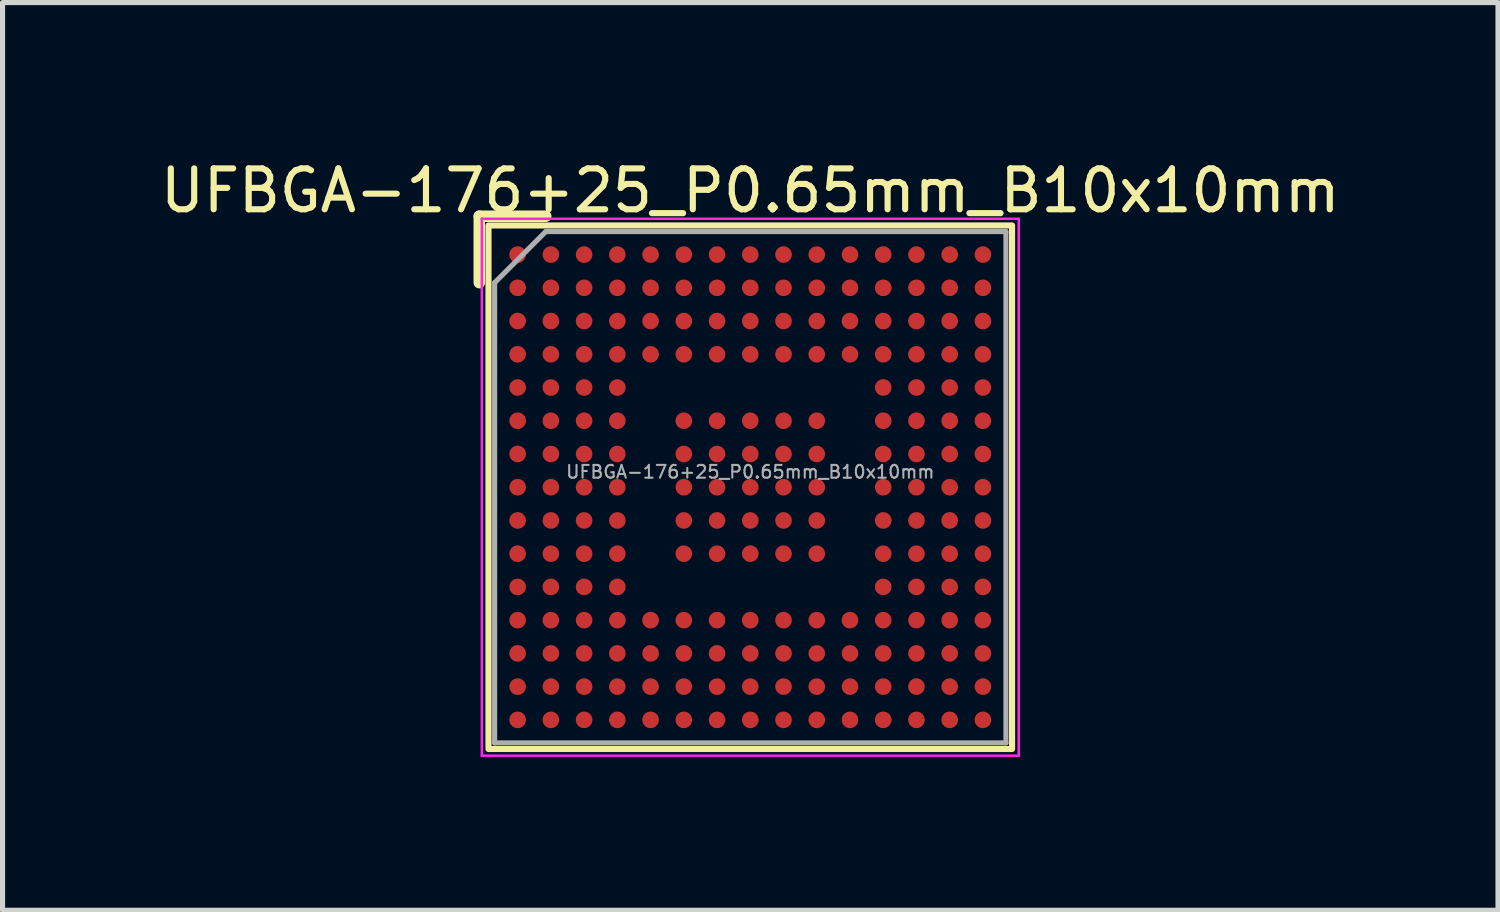
<source format=kicad_pcb>
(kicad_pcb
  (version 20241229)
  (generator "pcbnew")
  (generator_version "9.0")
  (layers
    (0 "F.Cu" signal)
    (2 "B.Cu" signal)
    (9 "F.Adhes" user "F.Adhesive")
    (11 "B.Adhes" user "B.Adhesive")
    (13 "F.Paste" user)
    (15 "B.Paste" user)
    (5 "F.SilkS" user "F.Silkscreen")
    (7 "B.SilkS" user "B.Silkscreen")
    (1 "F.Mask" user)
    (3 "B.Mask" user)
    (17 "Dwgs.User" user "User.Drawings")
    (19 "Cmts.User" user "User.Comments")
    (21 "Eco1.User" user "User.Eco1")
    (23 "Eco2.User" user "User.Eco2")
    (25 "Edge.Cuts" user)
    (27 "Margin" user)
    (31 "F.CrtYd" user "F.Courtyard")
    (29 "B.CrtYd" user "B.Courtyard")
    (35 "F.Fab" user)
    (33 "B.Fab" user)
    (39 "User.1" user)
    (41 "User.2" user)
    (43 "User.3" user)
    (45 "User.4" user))
  (footprint "UFBGA-176+25_P0.65mm_B10x10mm"
    (layer "F.Cu")
    (at 11.624 6.479)
    (property "Reference" "UFBGA-176+25_P0.65mm_B10x10mm" (at 0 -5.8 0) (layer "F.SilkS") (effects (font (size 0.8 0.8) (thickness 0.12))))
    (attr smd)
    (fp_line (start -5.3 -5.3) (end -4 -5.3) (stroke (width 0.225) (type default)) (layer "F.SilkS"))
    (fp_line (start -5.3 -4) (end -5.3 -5.3) (stroke (width 0.225) (type default)) (layer "F.SilkS"))
    (fp_rect (start -5.12 -5.12) (end 5.12 5.12) (stroke (width 0.12) (type default)) (fill no) (layer "F.SilkS"))
    (fp_line (start -5.25 -5.25) (end 5.25 -5.25) (stroke (width 0.05) (type default)) (layer "F.CrtYd"))
    (fp_line (start -5.25 5.25) (end -5.25 -5.25) (stroke (width 0.05) (type default)) (layer "F.CrtYd"))
    (fp_line (start 5.25 -5.25) (end 5.25 5.25) (stroke (width 0.05) (type default)) (layer "F.CrtYd"))
    (fp_line (start 5.25 5.25) (end -5.25 5.25) (stroke (width 0.05) (type default)) (layer "F.CrtYd"))
    (fp_line (start -5 -4) (end -5 5) (stroke (width 0.1) (type default)) (layer "F.Fab"))
    (fp_line (start -5 5) (end 5 5) (stroke (width 0.1) (type default)) (layer "F.Fab"))
    (fp_line (start -4 -5) (end -5 -4) (stroke (width 0.1) (type default)) (layer "F.Fab"))
    (fp_line (start 5 -5) (end -4 -5) (stroke (width 0.1) (type default)) (layer "F.Fab"))
    (fp_line (start 5 5) (end 5 -5) (stroke (width 0.1) (type default)) (layer "F.Fab"))
    (fp_text user "${REFERENCE}" (at 0 -0.3 0) (layer "F.Fab") (effects (font (size 0.25 0.25) (thickness 0.04))))
    (pad "A1" smd circle (at -4.55 -4.55) (size 0.325 0.325) (layers "F.Cu" "F.Mask" "F.Paste"))
    (pad "A2" smd circle (at -3.9 -4.55) (size 0.325 0.325) (layers "F.Cu" "F.Mask" "F.Paste"))
    (pad "A3" smd circle (at -3.25 -4.55) (size 0.325 0.325) (layers "F.Cu" "F.Mask" "F.Paste"))
    (pad "A4" smd circle (at -2.6 -4.55) (size 0.325 0.325) (layers "F.Cu" "F.Mask" "F.Paste"))
    (pad "A5" smd circle (at -1.95 -4.55) (size 0.325 0.325) (layers "F.Cu" "F.Mask" "F.Paste"))
    (pad "A6" smd circle (at -1.3 -4.55) (size 0.325 0.325) (layers "F.Cu" "F.Mask" "F.Paste"))
    (pad "A7" smd circle (at -0.65 -4.55) (size 0.325 0.325) (layers "F.Cu" "F.Mask" "F.Paste"))
    (pad "A8" smd circle (at 0 -4.55) (size 0.325 0.325) (layers "F.Cu" "F.Mask" "F.Paste"))
    (pad "A9" smd circle (at 0.65 -4.55) (size 0.325 0.325) (layers "F.Cu" "F.Mask" "F.Paste"))
    (pad "A10" smd circle (at 1.3 -4.55) (size 0.325 0.325) (layers "F.Cu" "F.Mask" "F.Paste"))
    (pad "A11" smd circle (at 1.95 -4.55) (size 0.325 0.325) (layers "F.Cu" "F.Mask" "F.Paste"))
    (pad "A12" smd circle (at 2.6 -4.55) (size 0.325 0.325) (layers "F.Cu" "F.Mask" "F.Paste"))
    (pad "A13" smd circle (at 3.25 -4.55) (size 0.325 0.325) (layers "F.Cu" "F.Mask" "F.Paste"))
    (pad "A14" smd circle (at 3.9 -4.55) (size 0.325 0.325) (layers "F.Cu" "F.Mask" "F.Paste"))
    (pad "A15" smd circle (at 4.55 -4.55) (size 0.325 0.325) (layers "F.Cu" "F.Mask" "F.Paste"))
    (pad "B1" smd circle (at -4.55 -3.9) (size 0.325 0.325) (layers "F.Cu" "F.Mask" "F.Paste"))
    (pad "B2" smd circle (at -3.9 -3.9) (size 0.325 0.325) (layers "F.Cu" "F.Mask" "F.Paste"))
    (pad "B3" smd circle (at -3.25 -3.9) (size 0.325 0.325) (layers "F.Cu" "F.Mask" "F.Paste"))
    (pad "B4" smd circle (at -2.6 -3.9) (size 0.325 0.325) (layers "F.Cu" "F.Mask" "F.Paste"))
    (pad "B5" smd circle (at -1.95 -3.9) (size 0.325 0.325) (layers "F.Cu" "F.Mask" "F.Paste"))
    (pad "B6" smd circle (at -1.3 -3.9) (size 0.325 0.325) (layers "F.Cu" "F.Mask" "F.Paste"))
    (pad "B7" smd circle (at -0.65 -3.9) (size 0.325 0.325) (layers "F.Cu" "F.Mask" "F.Paste"))
    (pad "B8" smd circle (at 0 -3.9) (size 0.325 0.325) (layers "F.Cu" "F.Mask" "F.Paste"))
    (pad "B9" smd circle (at 0.65 -3.9) (size 0.325 0.325) (layers "F.Cu" "F.Mask" "F.Paste"))
    (pad "B10" smd circle (at 1.3 -3.9) (size 0.325 0.325) (layers "F.Cu" "F.Mask" "F.Paste"))
    (pad "B11" smd circle (at 1.95 -3.9) (size 0.325 0.325) (layers "F.Cu" "F.Mask" "F.Paste"))
    (pad "B12" smd circle (at 2.6 -3.9) (size 0.325 0.325) (layers "F.Cu" "F.Mask" "F.Paste"))
    (pad "B13" smd circle (at 3.25 -3.9) (size 0.325 0.325) (layers "F.Cu" "F.Mask" "F.Paste"))
    (pad "B14" smd circle (at 3.9 -3.9) (size 0.325 0.325) (layers "F.Cu" "F.Mask" "F.Paste"))
    (pad "B15" smd circle (at 4.55 -3.9) (size 0.325 0.325) (layers "F.Cu" "F.Mask" "F.Paste"))
    (pad "C1" smd circle (at -4.55 -3.25) (size 0.325 0.325) (layers "F.Cu" "F.Mask" "F.Paste"))
    (pad "C2" smd circle (at -3.9 -3.25) (size 0.325 0.325) (layers "F.Cu" "F.Mask" "F.Paste"))
    (pad "C3" smd circle (at -3.25 -3.25) (size 0.325 0.325) (layers "F.Cu" "F.Mask" "F.Paste"))
    (pad "C4" smd circle (at -2.6 -3.25) (size 0.325 0.325) (layers "F.Cu" "F.Mask" "F.Paste"))
    (pad "C5" smd circle (at -1.95 -3.25) (size 0.325 0.325) (layers "F.Cu" "F.Mask" "F.Paste"))
    (pad "C6" smd circle (at -1.3 -3.25) (size 0.325 0.325) (layers "F.Cu" "F.Mask" "F.Paste"))
    (pad "C7" smd circle (at -0.65 -3.25) (size 0.325 0.325) (layers "F.Cu" "F.Mask" "F.Paste"))
    (pad "C8" smd circle (at 0 -3.25) (size 0.325 0.325) (layers "F.Cu" "F.Mask" "F.Paste"))
    (pad "C9" smd circle (at 0.65 -3.25) (size 0.325 0.325) (layers "F.Cu" "F.Mask" "F.Paste"))
    (pad "C10" smd circle (at 1.3 -3.25) (size 0.325 0.325) (layers "F.Cu" "F.Mask" "F.Paste"))
    (pad "C11" smd circle (at 1.95 -3.25) (size 0.325 0.325) (layers "F.Cu" "F.Mask" "F.Paste"))
    (pad "C12" smd circle (at 2.6 -3.25) (size 0.325 0.325) (layers "F.Cu" "F.Mask" "F.Paste"))
    (pad "C13" smd circle (at 3.25 -3.25) (size 0.325 0.325) (layers "F.Cu" "F.Mask" "F.Paste"))
    (pad "C14" smd circle (at 3.9 -3.25) (size 0.325 0.325) (layers "F.Cu" "F.Mask" "F.Paste"))
    (pad "C15" smd circle (at 4.55 -3.25) (size 0.325 0.325) (layers "F.Cu" "F.Mask" "F.Paste"))
    (pad "D1" smd circle (at -4.55 -2.6) (size 0.325 0.325) (layers "F.Cu" "F.Mask" "F.Paste"))
    (pad "D2" smd circle (at -3.9 -2.6) (size 0.325 0.325) (layers "F.Cu" "F.Mask" "F.Paste"))
    (pad "D3" smd circle (at -3.25 -2.6) (size 0.325 0.325) (layers "F.Cu" "F.Mask" "F.Paste"))
    (pad "D4" smd circle (at -2.6 -2.6) (size 0.325 0.325) (layers "F.Cu" "F.Mask" "F.Paste"))
    (pad "D5" smd circle (at -1.95 -2.6) (size 0.325 0.325) (layers "F.Cu" "F.Mask" "F.Paste"))
    (pad "D6" smd circle (at -1.3 -2.6) (size 0.325 0.325) (layers "F.Cu" "F.Mask" "F.Paste"))
    (pad "D7" smd circle (at -0.65 -2.6) (size 0.325 0.325) (layers "F.Cu" "F.Mask" "F.Paste"))
    (pad "D8" smd circle (at 0 -2.6) (size 0.325 0.325) (layers "F.Cu" "F.Mask" "F.Paste"))
    (pad "D9" smd circle (at 0.65 -2.6) (size 0.325 0.325) (layers "F.Cu" "F.Mask" "F.Paste"))
    (pad "D10" smd circle (at 1.3 -2.6) (size 0.325 0.325) (layers "F.Cu" "F.Mask" "F.Paste"))
    (pad "D11" smd circle (at 1.95 -2.6) (size 0.325 0.325) (layers "F.Cu" "F.Mask" "F.Paste"))
    (pad "D12" smd circle (at 2.6 -2.6) (size 0.325 0.325) (layers "F.Cu" "F.Mask" "F.Paste"))
    (pad "D13" smd circle (at 3.25 -2.6) (size 0.325 0.325) (layers "F.Cu" "F.Mask" "F.Paste"))
    (pad "D14" smd circle (at 3.9 -2.6) (size 0.325 0.325) (layers "F.Cu" "F.Mask" "F.Paste"))
    (pad "D15" smd circle (at 4.55 -2.6) (size 0.325 0.325) (layers "F.Cu" "F.Mask" "F.Paste"))
    (pad "E1" smd circle (at -4.55 -1.95) (size 0.325 0.325) (layers "F.Cu" "F.Mask" "F.Paste"))
    (pad "E2" smd circle (at -3.9 -1.95) (size 0.325 0.325) (layers "F.Cu" "F.Mask" "F.Paste"))
    (pad "E3" smd circle (at -3.25 -1.95) (size 0.325 0.325) (layers "F.Cu" "F.Mask" "F.Paste"))
    (pad "E4" smd circle (at -2.6 -1.95) (size 0.325 0.325) (layers "F.Cu" "F.Mask" "F.Paste"))
    (pad "E12" smd circle (at 2.6 -1.95) (size 0.325 0.325) (layers "F.Cu" "F.Mask" "F.Paste"))
    (pad "E13" smd circle (at 3.25 -1.95) (size 0.325 0.325) (layers "F.Cu" "F.Mask" "F.Paste"))
    (pad "E14" smd circle (at 3.9 -1.95) (size 0.325 0.325) (layers "F.Cu" "F.Mask" "F.Paste"))
    (pad "E15" smd circle (at 4.55 -1.95) (size 0.325 0.325) (layers "F.Cu" "F.Mask" "F.Paste"))
    (pad "F1" smd circle (at -4.55 -1.3) (size 0.325 0.325) (layers "F.Cu" "F.Mask" "F.Paste"))
    (pad "F2" smd circle (at -3.9 -1.3) (size 0.325 0.325) (layers "F.Cu" "F.Mask" "F.Paste"))
    (pad "F3" smd circle (at -3.25 -1.3) (size 0.325 0.325) (layers "F.Cu" "F.Mask" "F.Paste"))
    (pad "F4" smd circle (at -2.6 -1.3) (size 0.325 0.325) (layers "F.Cu" "F.Mask" "F.Paste"))
    (pad "F6" smd circle (at -1.3 -1.3) (size 0.325 0.325) (layers "F.Cu" "F.Mask" "F.Paste"))
    (pad "F7" smd circle (at -0.65 -1.3) (size 0.325 0.325) (layers "F.Cu" "F.Mask" "F.Paste"))
    (pad "F8" smd circle (at 0 -1.3) (size 0.325 0.325) (layers "F.Cu" "F.Mask" "F.Paste"))
    (pad "F9" smd circle (at 0.65 -1.3) (size 0.325 0.325) (layers "F.Cu" "F.Mask" "F.Paste"))
    (pad "F10" smd circle (at 1.3 -1.3) (size 0.325 0.325) (layers "F.Cu" "F.Mask" "F.Paste"))
    (pad "F12" smd circle (at 2.6 -1.3) (size 0.325 0.325) (layers "F.Cu" "F.Mask" "F.Paste"))
    (pad "F13" smd circle (at 3.25 -1.3) (size 0.325 0.325) (layers "F.Cu" "F.Mask" "F.Paste"))
    (pad "F14" smd circle (at 3.9 -1.3) (size 0.325 0.325) (layers "F.Cu" "F.Mask" "F.Paste"))
    (pad "F15" smd circle (at 4.55 -1.3) (size 0.325 0.325) (layers "F.Cu" "F.Mask" "F.Paste"))
    (pad "G1" smd circle (at -4.55 -0.65) (size 0.325 0.325) (layers "F.Cu" "F.Mask" "F.Paste"))
    (pad "G2" smd circle (at -3.9 -0.65) (size 0.325 0.325) (layers "F.Cu" "F.Mask" "F.Paste"))
    (pad "G3" smd circle (at -3.25 -0.65) (size 0.325 0.325) (layers "F.Cu" "F.Mask" "F.Paste"))
    (pad "G4" smd circle (at -2.6 -0.65) (size 0.325 0.325) (layers "F.Cu" "F.Mask" "F.Paste"))
    (pad "G6" smd circle (at -1.3 -0.65) (size 0.325 0.325) (layers "F.Cu" "F.Mask" "F.Paste"))
    (pad "G7" smd circle (at -0.65 -0.65) (size 0.325 0.325) (layers "F.Cu" "F.Mask" "F.Paste"))
    (pad "G8" smd circle (at 0 -0.65) (size 0.325 0.325) (layers "F.Cu" "F.Mask" "F.Paste"))
    (pad "G9" smd circle (at 0.65 -0.65) (size 0.325 0.325) (layers "F.Cu" "F.Mask" "F.Paste"))
    (pad "G10" smd circle (at 1.3 -0.65) (size 0.325 0.325) (layers "F.Cu" "F.Mask" "F.Paste"))
    (pad "G12" smd circle (at 2.6 -0.65) (size 0.325 0.325) (layers "F.Cu" "F.Mask" "F.Paste"))
    (pad "G13" smd circle (at 3.25 -0.65) (size 0.325 0.325) (layers "F.Cu" "F.Mask" "F.Paste"))
    (pad "G14" smd circle (at 3.9 -0.65) (size 0.325 0.325) (layers "F.Cu" "F.Mask" "F.Paste"))
    (pad "G15" smd circle (at 4.55 -0.65) (size 0.325 0.325) (layers "F.Cu" "F.Mask" "F.Paste"))
    (pad "H1" smd circle (at -4.55 0) (size 0.325 0.325) (layers "F.Cu" "F.Mask" "F.Paste"))
    (pad "H2" smd circle (at -3.9 0) (size 0.325 0.325) (layers "F.Cu" "F.Mask" "F.Paste"))
    (pad "H3" smd circle (at -3.25 0) (size 0.325 0.325) (layers "F.Cu" "F.Mask" "F.Paste"))
    (pad "H4" smd circle (at -2.6 0) (size 0.325 0.325) (layers "F.Cu" "F.Mask" "F.Paste"))
    (pad "H6" smd circle (at -1.3 0) (size 0.325 0.325) (layers "F.Cu" "F.Mask" "F.Paste"))
    (pad "H7" smd circle (at -0.65 0) (size 0.325 0.325) (layers "F.Cu" "F.Mask" "F.Paste"))
    (pad "H8" smd circle (at 0 0) (size 0.325 0.325) (layers "F.Cu" "F.Mask" "F.Paste"))
    (pad "H9" smd circle (at 0.65 0) (size 0.325 0.325) (layers "F.Cu" "F.Mask" "F.Paste"))
    (pad "H10" smd circle (at 1.3 0) (size 0.325 0.325) (layers "F.Cu" "F.Mask" "F.Paste"))
    (pad "H12" smd circle (at 2.6 0) (size 0.325 0.325) (layers "F.Cu" "F.Mask" "F.Paste"))
    (pad "H13" smd circle (at 3.25 0) (size 0.325 0.325) (layers "F.Cu" "F.Mask" "F.Paste"))
    (pad "H14" smd circle (at 3.9 0) (size 0.325 0.325) (layers "F.Cu" "F.Mask" "F.Paste"))
    (pad "H15" smd circle (at 4.55 0) (size 0.325 0.325) (layers "F.Cu" "F.Mask" "F.Paste"))
    (pad "J1" smd circle (at -4.55 0.65) (size 0.325 0.325) (layers "F.Cu" "F.Mask" "F.Paste"))
    (pad "J2" smd circle (at -3.9 0.65) (size 0.325 0.325) (layers "F.Cu" "F.Mask" "F.Paste"))
    (pad "J3" smd circle (at -3.25 0.65) (size 0.325 0.325) (layers "F.Cu" "F.Mask" "F.Paste"))
    (pad "J4" smd circle (at -2.6 0.65) (size 0.325 0.325) (layers "F.Cu" "F.Mask" "F.Paste"))
    (pad "J6" smd circle (at -1.3 0.65) (size 0.325 0.325) (layers "F.Cu" "F.Mask" "F.Paste"))
    (pad "J7" smd circle (at -0.65 0.65) (size 0.325 0.325) (layers "F.Cu" "F.Mask" "F.Paste"))
    (pad "J8" smd circle (at 0 0.65) (size 0.325 0.325) (layers "F.Cu" "F.Mask" "F.Paste"))
    (pad "J9" smd circle (at 0.65 0.65) (size 0.325 0.325) (layers "F.Cu" "F.Mask" "F.Paste"))
    (pad "J10" smd circle (at 1.3 0.65) (size 0.325 0.325) (layers "F.Cu" "F.Mask" "F.Paste"))
    (pad "J12" smd circle (at 2.6 0.65) (size 0.325 0.325) (layers "F.Cu" "F.Mask" "F.Paste"))
    (pad "J13" smd circle (at 3.25 0.65) (size 0.325 0.325) (layers "F.Cu" "F.Mask" "F.Paste"))
    (pad "J14" smd circle (at 3.9 0.65) (size 0.325 0.325) (layers "F.Cu" "F.Mask" "F.Paste"))
    (pad "J15" smd circle (at 4.55 0.65) (size 0.325 0.325) (layers "F.Cu" "F.Mask" "F.Paste"))
    (pad "K1" smd circle (at -4.55 1.3) (size 0.325 0.325) (layers "F.Cu" "F.Mask" "F.Paste"))
    (pad "K2" smd circle (at -3.9 1.3) (size 0.325 0.325) (layers "F.Cu" "F.Mask" "F.Paste"))
    (pad "K3" smd circle (at -3.25 1.3) (size 0.325 0.325) (layers "F.Cu" "F.Mask" "F.Paste"))
    (pad "K4" smd circle (at -2.6 1.3) (size 0.325 0.325) (layers "F.Cu" "F.Mask" "F.Paste"))
    (pad "K6" smd circle (at -1.3 1.3) (size 0.325 0.325) (layers "F.Cu" "F.Mask" "F.Paste"))
    (pad "K7" smd circle (at -0.65 1.3) (size 0.325 0.325) (layers "F.Cu" "F.Mask" "F.Paste"))
    (pad "K8" smd circle (at 0 1.3) (size 0.325 0.325) (layers "F.Cu" "F.Mask" "F.Paste"))
    (pad "K9" smd circle (at 0.65 1.3) (size 0.325 0.325) (layers "F.Cu" "F.Mask" "F.Paste"))
    (pad "K10" smd circle (at 1.3 1.3) (size 0.325 0.325) (layers "F.Cu" "F.Mask" "F.Paste"))
    (pad "K12" smd circle (at 2.6 1.3) (size 0.325 0.325) (layers "F.Cu" "F.Mask" "F.Paste"))
    (pad "K13" smd circle (at 3.25 1.3) (size 0.325 0.325) (layers "F.Cu" "F.Mask" "F.Paste"))
    (pad "K14" smd circle (at 3.9 1.3) (size 0.325 0.325) (layers "F.Cu" "F.Mask" "F.Paste"))
    (pad "K15" smd circle (at 4.55 1.3) (size 0.325 0.325) (layers "F.Cu" "F.Mask" "F.Paste"))
    (pad "L1" smd circle (at -4.55 1.95) (size 0.325 0.325) (layers "F.Cu" "F.Mask" "F.Paste"))
    (pad "L2" smd circle (at -3.9 1.95) (size 0.325 0.325) (layers "F.Cu" "F.Mask" "F.Paste"))
    (pad "L3" smd circle (at -3.25 1.95) (size 0.325 0.325) (layers "F.Cu" "F.Mask" "F.Paste"))
    (pad "L4" smd circle (at -2.6 1.95) (size 0.325 0.325) (layers "F.Cu" "F.Mask" "F.Paste"))
    (pad "L12" smd circle (at 2.6 1.95) (size 0.325 0.325) (layers "F.Cu" "F.Mask" "F.Paste"))
    (pad "L13" smd circle (at 3.25 1.95) (size 0.325 0.325) (layers "F.Cu" "F.Mask" "F.Paste"))
    (pad "L14" smd circle (at 3.9 1.95) (size 0.325 0.325) (layers "F.Cu" "F.Mask" "F.Paste"))
    (pad "L15" smd circle (at 4.55 1.95) (size 0.325 0.325) (layers "F.Cu" "F.Mask" "F.Paste"))
    (pad "M1" smd circle (at -4.55 2.6) (size 0.325 0.325) (layers "F.Cu" "F.Mask" "F.Paste"))
    (pad "M2" smd circle (at -3.9 2.6) (size 0.325 0.325) (layers "F.Cu" "F.Mask" "F.Paste"))
    (pad "M3" smd circle (at -3.25 2.6) (size 0.325 0.325) (layers "F.Cu" "F.Mask" "F.Paste"))
    (pad "M4" smd circle (at -2.6 2.6) (size 0.325 0.325) (layers "F.Cu" "F.Mask" "F.Paste"))
    (pad "M5" smd circle (at -1.95 2.6) (size 0.325 0.325) (layers "F.Cu" "F.Mask" "F.Paste"))
    (pad "M6" smd circle (at -1.3 2.6) (size 0.325 0.325) (layers "F.Cu" "F.Mask" "F.Paste"))
    (pad "M7" smd circle (at -0.65 2.6) (size 0.325 0.325) (layers "F.Cu" "F.Mask" "F.Paste"))
    (pad "M8" smd circle (at 0 2.6) (size 0.325 0.325) (layers "F.Cu" "F.Mask" "F.Paste"))
    (pad "M9" smd circle (at 0.65 2.6) (size 0.325 0.325) (layers "F.Cu" "F.Mask" "F.Paste"))
    (pad "M10" smd circle (at 1.3 2.6) (size 0.325 0.325) (layers "F.Cu" "F.Mask" "F.Paste"))
    (pad "M11" smd circle (at 1.95 2.6) (size 0.325 0.325) (layers "F.Cu" "F.Mask" "F.Paste"))
    (pad "M12" smd circle (at 2.6 2.6) (size 0.325 0.325) (layers "F.Cu" "F.Mask" "F.Paste"))
    (pad "M13" smd circle (at 3.25 2.6) (size 0.325 0.325) (layers "F.Cu" "F.Mask" "F.Paste"))
    (pad "M14" smd circle (at 3.9 2.6) (size 0.325 0.325) (layers "F.Cu" "F.Mask" "F.Paste"))
    (pad "M15" smd circle (at 4.55 2.6) (size 0.325 0.325) (layers "F.Cu" "F.Mask" "F.Paste"))
    (pad "N1" smd circle (at -4.55 3.25) (size 0.325 0.325) (layers "F.Cu" "F.Mask" "F.Paste"))
    (pad "N2" smd circle (at -3.9 3.25) (size 0.325 0.325) (layers "F.Cu" "F.Mask" "F.Paste"))
    (pad "N3" smd circle (at -3.25 3.25) (size 0.325 0.325) (layers "F.Cu" "F.Mask" "F.Paste"))
    (pad "N4" smd circle (at -2.6 3.25) (size 0.325 0.325) (layers "F.Cu" "F.Mask" "F.Paste"))
    (pad "N5" smd circle (at -1.95 3.25) (size 0.325 0.325) (layers "F.Cu" "F.Mask" "F.Paste"))
    (pad "N6" smd circle (at -1.3 3.25) (size 0.325 0.325) (layers "F.Cu" "F.Mask" "F.Paste"))
    (pad "N7" smd circle (at -0.65 3.25) (size 0.325 0.325) (layers "F.Cu" "F.Mask" "F.Paste"))
    (pad "N8" smd circle (at 0 3.25) (size 0.325 0.325) (layers "F.Cu" "F.Mask" "F.Paste"))
    (pad "N9" smd circle (at 0.65 3.25) (size 0.325 0.325) (layers "F.Cu" "F.Mask" "F.Paste"))
    (pad "N10" smd circle (at 1.3 3.25) (size 0.325 0.325) (layers "F.Cu" "F.Mask" "F.Paste"))
    (pad "N11" smd circle (at 1.95 3.25) (size 0.325 0.325) (layers "F.Cu" "F.Mask" "F.Paste"))
    (pad "N12" smd circle (at 2.6 3.25) (size 0.325 0.325) (layers "F.Cu" "F.Mask" "F.Paste"))
    (pad "N13" smd circle (at 3.25 3.25) (size 0.325 0.325) (layers "F.Cu" "F.Mask" "F.Paste"))
    (pad "N14" smd circle (at 3.9 3.25) (size 0.325 0.325) (layers "F.Cu" "F.Mask" "F.Paste"))
    (pad "N15" smd circle (at 4.55 3.25) (size 0.325 0.325) (layers "F.Cu" "F.Mask" "F.Paste"))
    (pad "P1" smd circle (at -4.55 3.9) (size 0.325 0.325) (layers "F.Cu" "F.Mask" "F.Paste"))
    (pad "P2" smd circle (at -3.9 3.9) (size 0.325 0.325) (layers "F.Cu" "F.Mask" "F.Paste"))
    (pad "P3" smd circle (at -3.25 3.9) (size 0.325 0.325) (layers "F.Cu" "F.Mask" "F.Paste"))
    (pad "P4" smd circle (at -2.6 3.9) (size 0.325 0.325) (layers "F.Cu" "F.Mask" "F.Paste"))
    (pad "P5" smd circle (at -1.95 3.9) (size 0.325 0.325) (layers "F.Cu" "F.Mask" "F.Paste"))
    (pad "P6" smd circle (at -1.3 3.9) (size 0.325 0.325) (layers "F.Cu" "F.Mask" "F.Paste"))
    (pad "P7" smd circle (at -0.65 3.9) (size 0.325 0.325) (layers "F.Cu" "F.Mask" "F.Paste"))
    (pad "P8" smd circle (at 0 3.9) (size 0.325 0.325) (layers "F.Cu" "F.Mask" "F.Paste"))
    (pad "P9" smd circle (at 0.65 3.9) (size 0.325 0.325) (layers "F.Cu" "F.Mask" "F.Paste"))
    (pad "P10" smd circle (at 1.3 3.9) (size 0.325 0.325) (layers "F.Cu" "F.Mask" "F.Paste"))
    (pad "P11" smd circle (at 1.95 3.9) (size 0.325 0.325) (layers "F.Cu" "F.Mask" "F.Paste"))
    (pad "P12" smd circle (at 2.6 3.9) (size 0.325 0.325) (layers "F.Cu" "F.Mask" "F.Paste"))
    (pad "P13" smd circle (at 3.25 3.9) (size 0.325 0.325) (layers "F.Cu" "F.Mask" "F.Paste"))
    (pad "P14" smd circle (at 3.9 3.9) (size 0.325 0.325) (layers "F.Cu" "F.Mask" "F.Paste"))
    (pad "P15" smd circle (at 4.55 3.9) (size 0.325 0.325) (layers "F.Cu" "F.Mask" "F.Paste"))
    (pad "R1" smd circle (at -4.55 4.55) (size 0.325 0.325) (layers "F.Cu" "F.Mask" "F.Paste"))
    (pad "R2" smd circle (at -3.9 4.55) (size 0.325 0.325) (layers "F.Cu" "F.Mask" "F.Paste"))
    (pad "R3" smd circle (at -3.25 4.55) (size 0.325 0.325) (layers "F.Cu" "F.Mask" "F.Paste"))
    (pad "R4" smd circle (at -2.6 4.55) (size 0.325 0.325) (layers "F.Cu" "F.Mask" "F.Paste"))
    (pad "R5" smd circle (at -1.95 4.55) (size 0.325 0.325) (layers "F.Cu" "F.Mask" "F.Paste"))
    (pad "R6" smd circle (at -1.3 4.55) (size 0.325 0.325) (layers "F.Cu" "F.Mask" "F.Paste"))
    (pad "R7" smd circle (at -0.65 4.55) (size 0.325 0.325) (layers "F.Cu" "F.Mask" "F.Paste"))
    (pad "R8" smd circle (at 0 4.55) (size 0.325 0.325) (layers "F.Cu" "F.Mask" "F.Paste"))
    (pad "R9" smd circle (at 0.65 4.55) (size 0.325 0.325) (layers "F.Cu" "F.Mask" "F.Paste"))
    (pad "R10" smd circle (at 1.3 4.55) (size 0.325 0.325) (layers "F.Cu" "F.Mask" "F.Paste"))
    (pad "R11" smd circle (at 1.95 4.55) (size 0.325 0.325) (layers "F.Cu" "F.Mask" "F.Paste"))
    (pad "R12" smd circle (at 2.6 4.55) (size 0.325 0.325) (layers "F.Cu" "F.Mask" "F.Paste"))
    (pad "R13" smd circle (at 3.25 4.55) (size 0.325 0.325) (layers "F.Cu" "F.Mask" "F.Paste"))
    (pad "R14" smd circle (at 3.9 4.55) (size 0.325 0.325) (layers "F.Cu" "F.Mask" "F.Paste"))
    (pad "R15" smd circle (at 4.55 4.55) (size 0.325 0.325) (layers "F.Cu" "F.Mask" "F.Paste")))
  (gr_rect
    (start -3 -3)
    (end 26.248 14.754)
    (stroke (width 0.1) (type default))
    (fill no)
    (layer "Edge.Cuts")))
</source>
